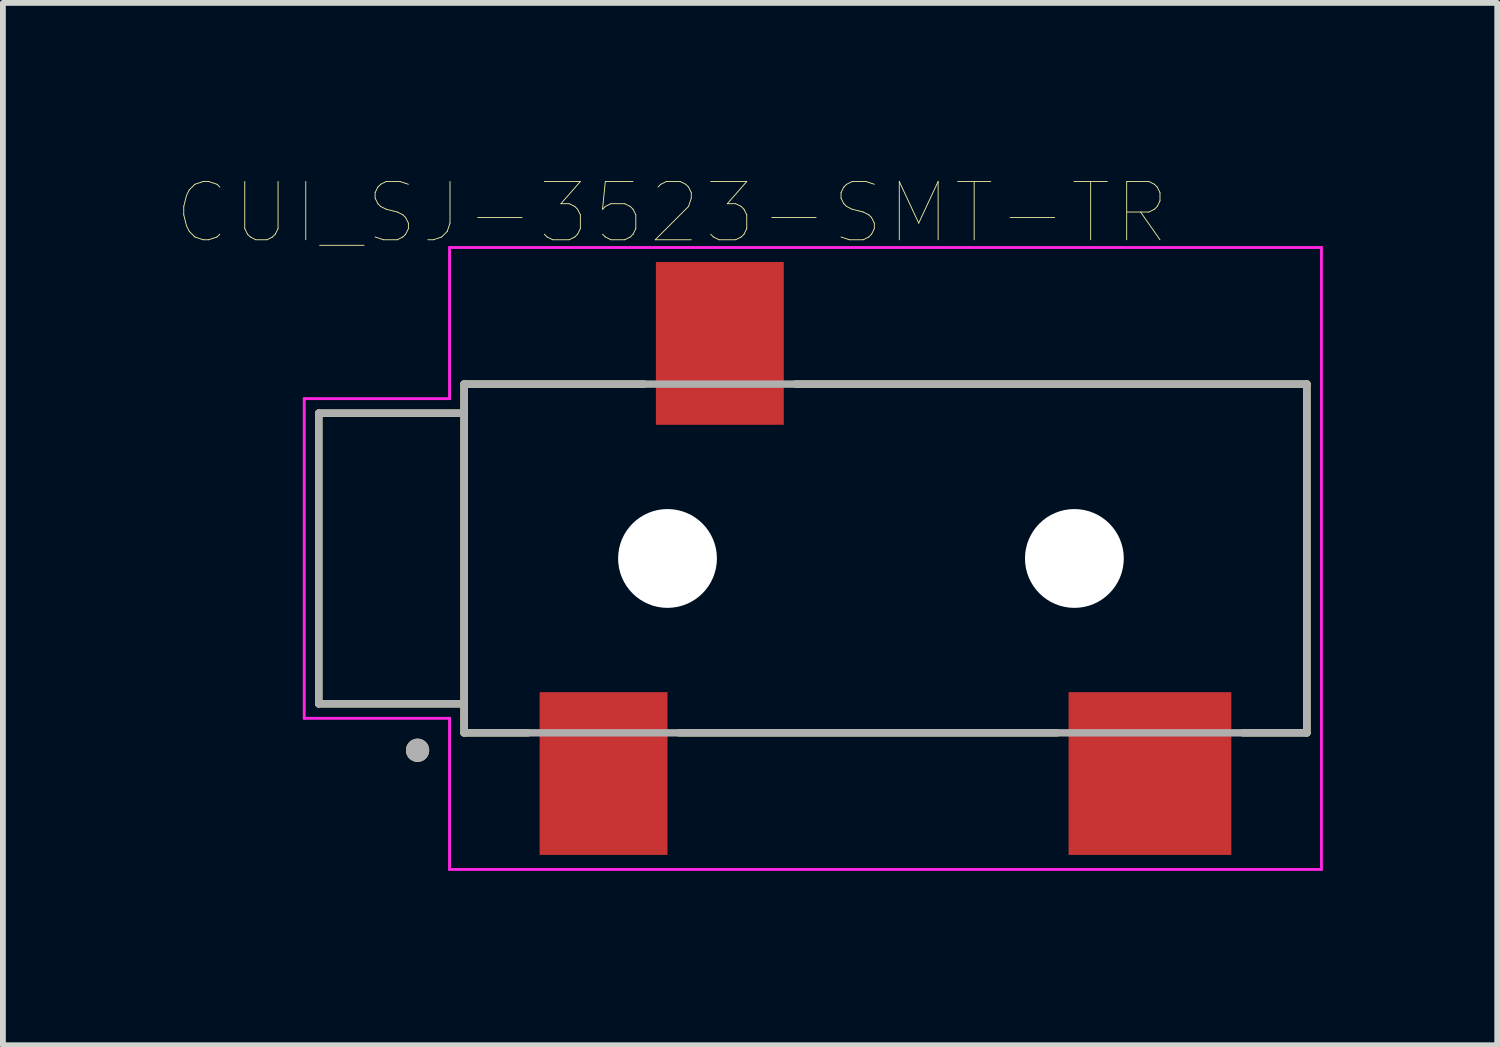
<source format=kicad_pcb>
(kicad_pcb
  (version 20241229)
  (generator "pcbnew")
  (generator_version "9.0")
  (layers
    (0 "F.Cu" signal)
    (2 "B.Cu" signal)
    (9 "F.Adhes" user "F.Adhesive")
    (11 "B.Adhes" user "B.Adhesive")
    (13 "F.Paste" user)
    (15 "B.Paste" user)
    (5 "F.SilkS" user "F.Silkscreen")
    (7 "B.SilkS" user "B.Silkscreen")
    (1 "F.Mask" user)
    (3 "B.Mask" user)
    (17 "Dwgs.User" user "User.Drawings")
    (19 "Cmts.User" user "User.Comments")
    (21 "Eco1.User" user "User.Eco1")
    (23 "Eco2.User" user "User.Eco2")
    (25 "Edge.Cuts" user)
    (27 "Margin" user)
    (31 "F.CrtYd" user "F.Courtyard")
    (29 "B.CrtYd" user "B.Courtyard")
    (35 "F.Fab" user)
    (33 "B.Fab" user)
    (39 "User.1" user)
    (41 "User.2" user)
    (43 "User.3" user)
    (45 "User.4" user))
  (footprint "CUI_SJ-3523-SMT-TR"
    (layer "F.Cu")
    (at 8.434 6.558)
    (property "Reference" "CUI_SJ-3523-SMT-TR" (at 0.075 -5.946 0) (layer "F.SilkS") (effects (font (size 1.002 1.002) (thickness 0.015))))
    (attr through_hole)
    (fp_line (start -6 -2.5) (end -6 2.5) (stroke (width 0.127) (type solid)) (layer "F.SilkS"))
    (fp_line (start -6 2.5) (end -3.5 2.5) (stroke (width 0.127) (type solid)) (layer "F.SilkS"))
    (fp_line (start -3.5 -3) (end -0.4 -3) (stroke (width 0.127) (type solid)) (layer "F.SilkS"))
    (fp_line (start -3.5 -2.5) (end -6 -2.5) (stroke (width 0.127) (type solid)) (layer "F.SilkS"))
    (fp_line (start -3.5 -2.5) (end -3.5 -3) (stroke (width 0.127) (type solid)) (layer "F.SilkS"))
    (fp_line (start -3.5 2.5) (end -3.5 -2.5) (stroke (width 0.127) (type solid)) (layer "F.SilkS"))
    (fp_line (start -3.5 3) (end -3.5 2.5) (stroke (width 0.127) (type solid)) (layer "F.SilkS"))
    (fp_line (start -3.5 3) (end -2.4 3) (stroke (width 0.127) (type solid)) (layer "F.SilkS"))
    (fp_line (start 0.2 3) (end 6.7 3) (stroke (width 0.127) (type solid)) (layer "F.SilkS"))
    (fp_line (start 2.2 -3) (end 11 -3) (stroke (width 0.127) (type solid)) (layer "F.SilkS"))
    (fp_line (start 9.9 3) (end 11 3) (stroke (width 0.127) (type solid)) (layer "F.SilkS"))
    (fp_line (start 11 -3) (end 11 3) (stroke (width 0.127) (type solid)) (layer "F.SilkS"))
    (fp_circle (center -4.3 3.3) (end -4.2 3.3) (stroke (width 0.2) (type solid)) (fill no) (layer "F.SilkS"))
    (fp_line (start -6.25 -2.75) (end -6.25 2.75) (stroke (width 0.05) (type solid)) (layer "F.CrtYd"))
    (fp_line (start -6.25 2.75) (end -3.75 2.75) (stroke (width 0.05) (type solid)) (layer "F.CrtYd"))
    (fp_line (start -3.75 -5.35) (end -3.75 -2.75) (stroke (width 0.05) (type solid)) (layer "F.CrtYd"))
    (fp_line (start -3.75 -5.35) (end 11.25 -5.35) (stroke (width 0.05) (type solid)) (layer "F.CrtYd"))
    (fp_line (start -3.75 -2.75) (end -6.25 -2.75) (stroke (width 0.05) (type solid)) (layer "F.CrtYd"))
    (fp_line (start -3.75 2.75) (end -3.75 5.35) (stroke (width 0.05) (type solid)) (layer "F.CrtYd"))
    (fp_line (start 11.25 -5.35) (end 11.25 5.35) (stroke (width 0.05) (type solid)) (layer "F.CrtYd"))
    (fp_line (start 11.25 5.35) (end -3.75 5.35) (stroke (width 0.05) (type solid)) (layer "F.CrtYd"))
    (fp_line (start -6 -2.5) (end -6 2.5) (stroke (width 0.127) (type solid)) (layer "F.Fab"))
    (fp_line (start -6 2.5) (end -3.5 2.5) (stroke (width 0.127) (type solid)) (layer "F.Fab"))
    (fp_line (start -3.5 -3) (end 11 -3) (stroke (width 0.127) (type solid)) (layer "F.Fab"))
    (fp_line (start -3.5 -2.5) (end -6 -2.5) (stroke (width 0.127) (type solid)) (layer "F.Fab"))
    (fp_line (start -3.5 3) (end -3.5 -3) (stroke (width 0.127) (type solid)) (layer "F.Fab"))
    (fp_line (start 11 -3) (end 11 3) (stroke (width 0.127) (type solid)) (layer "F.Fab"))
    (fp_line (start 11 3) (end -3.5 3) (stroke (width 0.127) (type solid)) (layer "F.Fab"))
    (fp_circle (center -4.3 3.3) (end -4.2 3.3) (stroke (width 0.2) (type solid)) (fill no) (layer "F.Fab"))
    (pad "" np_thru_hole circle (at 0 0) (size 1.7 1.7) (drill 1.7) (layers "*.Cu" "*.Mask"))
    (pad "" np_thru_hole circle (at 7 0) (size 1.7 1.7) (drill 1.7) (layers "*.Cu" "*.Mask"))
    (pad "1" smd rect (at -1.1 3.7) (size 2.2 2.8) (layers "F.Cu" "F.Mask" "F.Paste"))
    (pad "2" smd rect (at 8.3 3.7) (size 2.8 2.8) (layers "F.Cu" "F.Mask" "F.Paste"))
    (pad "3" smd rect (at 0.9 -3.7) (size 2.2 2.8) (layers "F.Cu" "F.Mask" "F.Paste")))
  (gr_rect
    (start -3 -3)
    (end 22.709 14.933)
    (stroke (width 0.1) (type default))
    (fill no)
    (layer "Edge.Cuts")))
</source>
